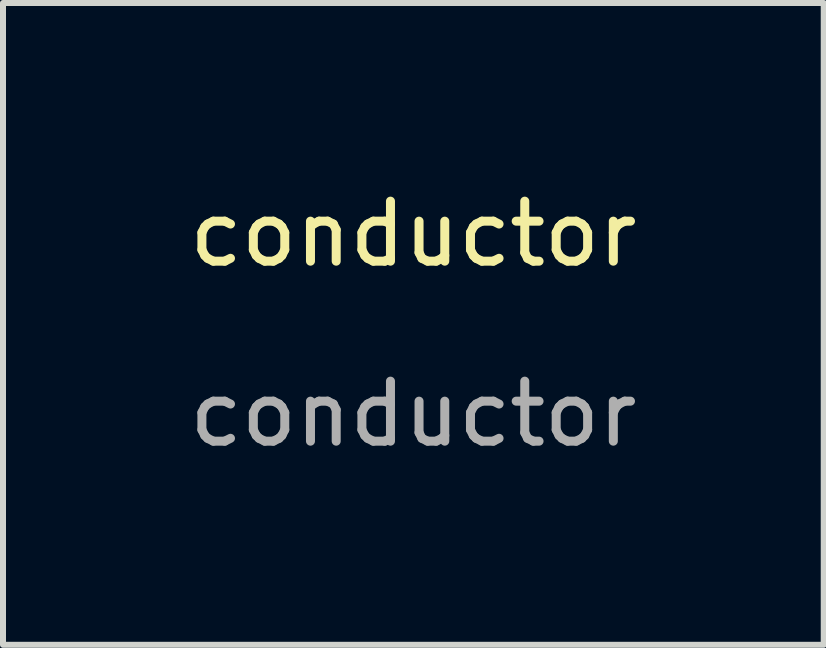
<source format=kicad_pcb>
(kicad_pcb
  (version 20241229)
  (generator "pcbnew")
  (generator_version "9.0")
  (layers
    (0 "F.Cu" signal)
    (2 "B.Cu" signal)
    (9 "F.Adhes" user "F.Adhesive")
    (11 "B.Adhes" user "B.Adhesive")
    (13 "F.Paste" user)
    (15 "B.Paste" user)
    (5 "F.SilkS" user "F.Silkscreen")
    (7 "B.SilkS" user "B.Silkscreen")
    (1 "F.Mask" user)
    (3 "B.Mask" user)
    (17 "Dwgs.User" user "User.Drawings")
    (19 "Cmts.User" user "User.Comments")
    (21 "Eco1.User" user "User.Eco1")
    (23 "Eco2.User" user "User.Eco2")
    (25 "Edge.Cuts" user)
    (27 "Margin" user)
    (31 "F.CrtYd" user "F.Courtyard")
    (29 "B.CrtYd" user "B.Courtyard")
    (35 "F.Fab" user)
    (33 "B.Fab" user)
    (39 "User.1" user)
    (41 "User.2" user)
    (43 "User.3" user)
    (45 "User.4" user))
  (footprint "conductor"
    (layer "F.Cu")
    (at 3.839 1.348)
    (property "Reference" "conductor" (at 0 -0.5 0) (unlocked yes) (layer "F.SilkS") (effects (font (size 1 1) (thickness 0.15))))
    (attr smd)
    (fp_text user "${REFERENCE}" (at 0 2.5 0) (unlocked yes) (layer "F.Fab") (effects (font (size 1 1) (thickness 0.15)))))
  (gr_rect
    (start -3 -3)
    (end 10.679 7.697)
    (stroke (width 0.1) (type default))
    (fill no)
    (layer "Edge.Cuts")))
</source>
